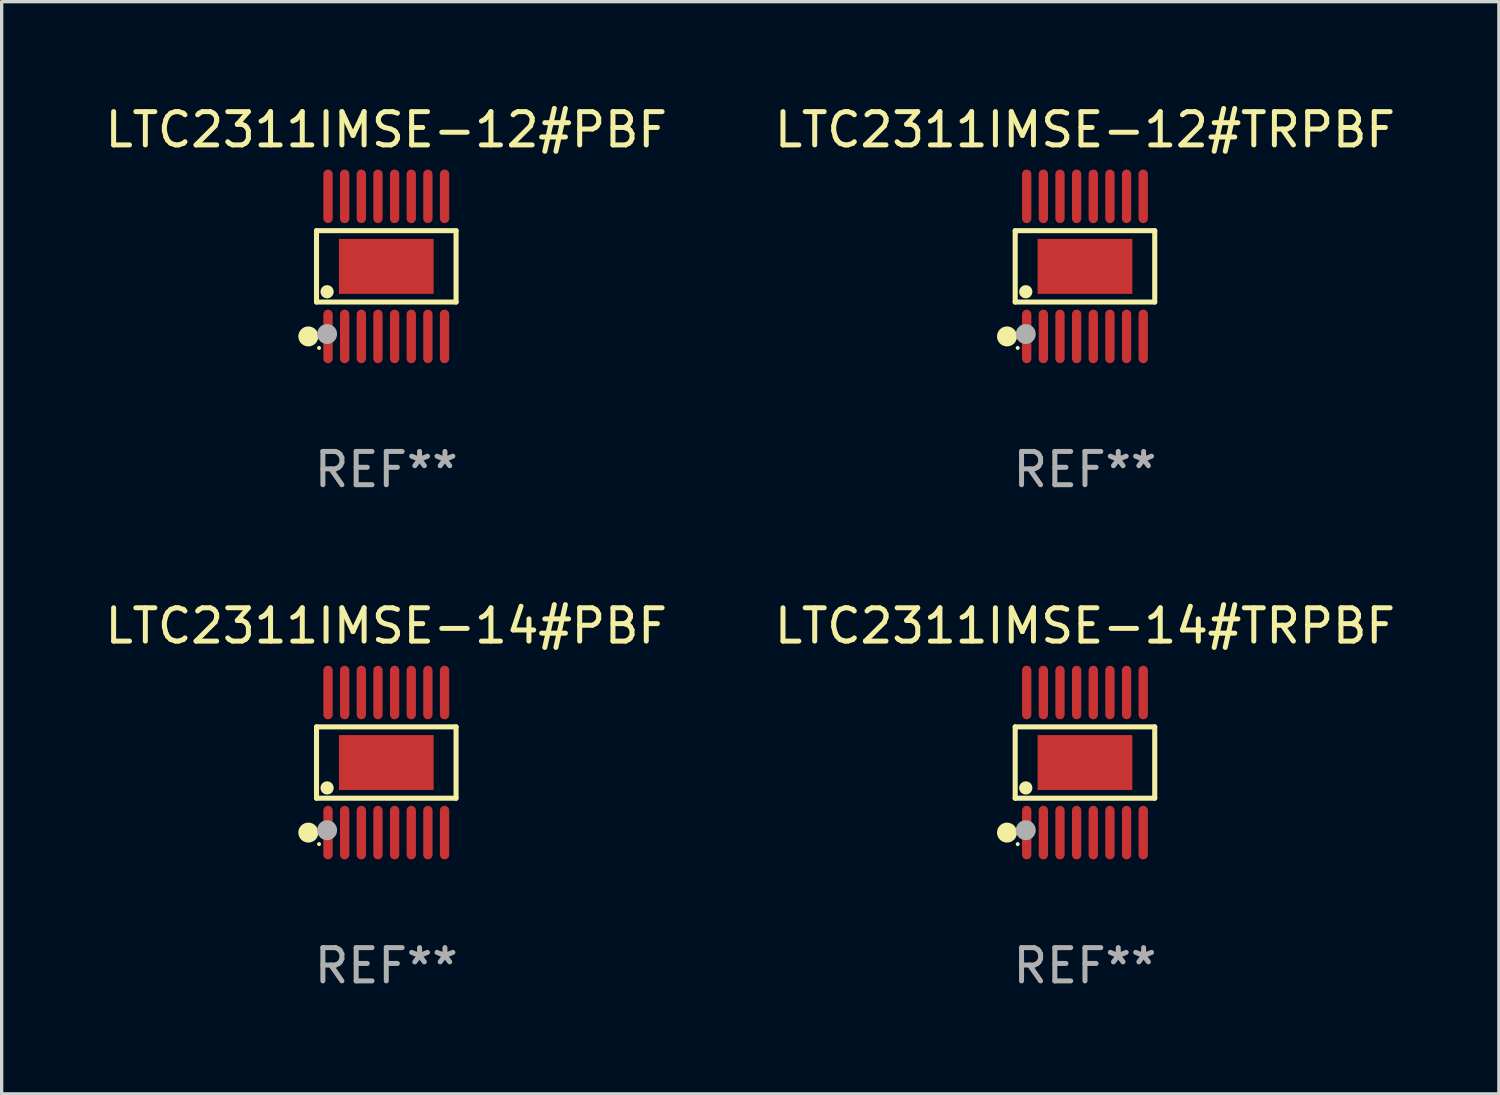
<source format=kicad_pcb>
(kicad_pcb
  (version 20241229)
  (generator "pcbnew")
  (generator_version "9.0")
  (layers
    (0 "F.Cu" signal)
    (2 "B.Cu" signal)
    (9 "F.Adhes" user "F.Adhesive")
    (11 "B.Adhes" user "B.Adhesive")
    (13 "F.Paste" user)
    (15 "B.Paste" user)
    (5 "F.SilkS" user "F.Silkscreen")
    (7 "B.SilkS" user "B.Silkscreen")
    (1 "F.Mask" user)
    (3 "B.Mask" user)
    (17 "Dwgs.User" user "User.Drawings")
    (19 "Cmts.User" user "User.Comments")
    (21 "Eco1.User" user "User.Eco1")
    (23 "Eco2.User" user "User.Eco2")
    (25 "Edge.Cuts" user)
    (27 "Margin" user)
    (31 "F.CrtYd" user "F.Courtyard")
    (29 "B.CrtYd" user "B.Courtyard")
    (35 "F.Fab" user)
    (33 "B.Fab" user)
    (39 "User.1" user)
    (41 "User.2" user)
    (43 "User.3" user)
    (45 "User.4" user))
  (footprint "LTC2311IMSE-12#TRPBF"
    (layer "F.Cu")
    (at 29.542 4.952)
    (property "Reference" "LTC2311IMSE-12#TRPBF" (at 0 -4.104 0) (layer "F.SilkS") (effects (font (size 1 1) (thickness 0.15))))
    (attr through_hole)
    (fp_line (start -2.096 -1.072) (end 2.096 -1.072) (stroke (width 0.152) (type solid)) (layer "F.SilkS"))
    (fp_line (start -2.096 1.071) (end -2.096 -1.072) (stroke (width 0.152) (type solid)) (layer "F.SilkS"))
    (fp_line (start 2.096 -1.072) (end 2.096 1.071) (stroke (width 0.152) (type solid)) (layer "F.SilkS"))
    (fp_line (start 2.096 1.071) (end -2.096 1.071) (stroke (width 0.152) (type solid)) (layer "F.SilkS"))
    (fp_circle (center -2.342 2.104) (end -2.192 2.104) (stroke (width 0.3) (type solid)) (fill no) (layer "F.SilkS"))
    (fp_circle (center -2.02 2.45) (end -1.99 2.45) (stroke (width 0.06) (type solid)) (fill no) (layer "F.SilkS"))
    (fp_circle (center -1.778 0.762) (end -1.678 0.762) (stroke (width 0.2) (type solid)) (fill no) (layer "F.SilkS"))
    (fp_circle (center -1.778 2.032) (end -1.628 2.032) (stroke (width 0.3) (type solid)) (fill no) (layer "F.Fab"))
    (fp_text user "REF**" (at 0 6.104 0) (layer "F.Fab") (effects (font (size 1 1) (thickness 0.15))))
    (pad "1" smd oval (at -1.75 2.104) (size 0.28 1.608) (layers "F.Cu" "F.Mask" "F.Paste"))
    (pad "2" smd oval (at -1.25 2.104) (size 0.28 1.608) (layers "F.Cu" "F.Mask" "F.Paste"))
    (pad "3" smd oval (at -0.75 2.104) (size 0.28 1.608) (layers "F.Cu" "F.Mask" "F.Paste"))
    (pad "4" smd oval (at -0.25 2.104) (size 0.28 1.608) (layers "F.Cu" "F.Mask" "F.Paste"))
    (pad "5" smd oval (at 0.25 2.104) (size 0.28 1.608) (layers "F.Cu" "F.Mask" "F.Paste"))
    (pad "6" smd oval (at 0.75 2.104) (size 0.28 1.608) (layers "F.Cu" "F.Mask" "F.Paste"))
    (pad "7" smd oval (at 1.25 2.104) (size 0.28 1.608) (layers "F.Cu" "F.Mask" "F.Paste"))
    (pad "8" smd oval (at 1.75 2.104) (size 0.28 1.608) (layers "F.Cu" "F.Mask" "F.Paste"))
    (pad "9" smd oval (at 1.75 -2.104) (size 0.28 1.608) (layers "F.Cu" "F.Mask" "F.Paste"))
    (pad "10" smd oval (at 1.25 -2.104) (size 0.28 1.608) (layers "F.Cu" "F.Mask" "F.Paste"))
    (pad "11" smd oval (at 0.75 -2.104) (size 0.28 1.608) (layers "F.Cu" "F.Mask" "F.Paste"))
    (pad "12" smd oval (at 0.25 -2.104) (size 0.28 1.608) (layers "F.Cu" "F.Mask" "F.Paste"))
    (pad "13" smd oval (at -0.25 -2.104) (size 0.28 1.608) (layers "F.Cu" "F.Mask" "F.Paste"))
    (pad "14" smd oval (at -0.75 -2.104) (size 0.28 1.608) (layers "F.Cu" "F.Mask" "F.Paste"))
    (pad "15" smd oval (at -1.25 -2.104) (size 0.28 1.608) (layers "F.Cu" "F.Mask" "F.Paste"))
    (pad "16" smd oval (at -1.75 -2.104) (size 0.28 1.608) (layers "F.Cu" "F.Mask" "F.Paste"))
    (pad "17" smd rect (at 0 -0.000127) (size 2.845 1.651) (layers "F.Cu" "F.Mask" "F.Paste")))
  (footprint "LTC2311IMSE-14#PBF"
    (layer "F.Cu")
    (at 8.554 19.857)
    (property "Reference" "LTC2311IMSE-14#PBF" (at 0 -4.104 0) (layer "F.SilkS") (effects (font (size 1 1) (thickness 0.15))))
    (attr through_hole)
    (fp_line (start -2.096 -1.072) (end 2.096 -1.072) (stroke (width 0.152) (type solid)) (layer "F.SilkS"))
    (fp_line (start -2.096 1.071) (end -2.096 -1.072) (stroke (width 0.152) (type solid)) (layer "F.SilkS"))
    (fp_line (start 2.096 -1.072) (end 2.096 1.071) (stroke (width 0.152) (type solid)) (layer "F.SilkS"))
    (fp_line (start 2.096 1.071) (end -2.096 1.071) (stroke (width 0.152) (type solid)) (layer "F.SilkS"))
    (fp_circle (center -2.342 2.104) (end -2.192 2.104) (stroke (width 0.3) (type solid)) (fill no) (layer "F.SilkS"))
    (fp_circle (center -2.02 2.45) (end -1.99 2.45) (stroke (width 0.06) (type solid)) (fill no) (layer "F.SilkS"))
    (fp_circle (center -1.778 0.762) (end -1.678 0.762) (stroke (width 0.2) (type solid)) (fill no) (layer "F.SilkS"))
    (fp_circle (center -1.778 2.032) (end -1.628 2.032) (stroke (width 0.3) (type solid)) (fill no) (layer "F.Fab"))
    (fp_text user "REF**" (at 0 6.104 0) (layer "F.Fab") (effects (font (size 1 1) (thickness 0.15))))
    (pad "1" smd oval (at -1.75 2.104) (size 0.28 1.608) (layers "F.Cu" "F.Mask" "F.Paste"))
    (pad "2" smd oval (at -1.25 2.104) (size 0.28 1.608) (layers "F.Cu" "F.Mask" "F.Paste"))
    (pad "3" smd oval (at -0.75 2.104) (size 0.28 1.608) (layers "F.Cu" "F.Mask" "F.Paste"))
    (pad "4" smd oval (at -0.25 2.104) (size 0.28 1.608) (layers "F.Cu" "F.Mask" "F.Paste"))
    (pad "5" smd oval (at 0.25 2.104) (size 0.28 1.608) (layers "F.Cu" "F.Mask" "F.Paste"))
    (pad "6" smd oval (at 0.75 2.104) (size 0.28 1.608) (layers "F.Cu" "F.Mask" "F.Paste"))
    (pad "7" smd oval (at 1.25 2.104) (size 0.28 1.608) (layers "F.Cu" "F.Mask" "F.Paste"))
    (pad "8" smd oval (at 1.75 2.104) (size 0.28 1.608) (layers "F.Cu" "F.Mask" "F.Paste"))
    (pad "9" smd oval (at 1.75 -2.104) (size 0.28 1.608) (layers "F.Cu" "F.Mask" "F.Paste"))
    (pad "10" smd oval (at 1.25 -2.104) (size 0.28 1.608) (layers "F.Cu" "F.Mask" "F.Paste"))
    (pad "11" smd oval (at 0.75 -2.104) (size 0.28 1.608) (layers "F.Cu" "F.Mask" "F.Paste"))
    (pad "12" smd oval (at 0.25 -2.104) (size 0.28 1.608) (layers "F.Cu" "F.Mask" "F.Paste"))
    (pad "13" smd oval (at -0.25 -2.104) (size 0.28 1.608) (layers "F.Cu" "F.Mask" "F.Paste"))
    (pad "14" smd oval (at -0.75 -2.104) (size 0.28 1.608) (layers "F.Cu" "F.Mask" "F.Paste"))
    (pad "15" smd oval (at -1.25 -2.104) (size 0.28 1.608) (layers "F.Cu" "F.Mask" "F.Paste"))
    (pad "16" smd oval (at -1.75 -2.104) (size 0.28 1.608) (layers "F.Cu" "F.Mask" "F.Paste"))
    (pad "17" smd rect (at 0 -0.000127) (size 2.845 1.651) (layers "F.Cu" "F.Mask" "F.Paste")))
  (footprint "LTC2311IMSE-12#PBF"
    (layer "F.Cu")
    (at 8.554 4.952)
    (property "Reference" "LTC2311IMSE-12#PBF" (at 0 -4.104 0) (layer "F.SilkS") (effects (font (size 1 1) (thickness 0.15))))
    (attr through_hole)
    (fp_line (start -2.096 -1.072) (end 2.096 -1.072) (stroke (width 0.152) (type solid)) (layer "F.SilkS"))
    (fp_line (start -2.096 1.071) (end -2.096 -1.072) (stroke (width 0.152) (type solid)) (layer "F.SilkS"))
    (fp_line (start 2.096 -1.072) (end 2.096 1.071) (stroke (width 0.152) (type solid)) (layer "F.SilkS"))
    (fp_line (start 2.096 1.071) (end -2.096 1.071) (stroke (width 0.152) (type solid)) (layer "F.SilkS"))
    (fp_circle (center -2.342 2.104) (end -2.192 2.104) (stroke (width 0.3) (type solid)) (fill no) (layer "F.SilkS"))
    (fp_circle (center -2.02 2.45) (end -1.99 2.45) (stroke (width 0.06) (type solid)) (fill no) (layer "F.SilkS"))
    (fp_circle (center -1.778 0.762) (end -1.678 0.762) (stroke (width 0.2) (type solid)) (fill no) (layer "F.SilkS"))
    (fp_circle (center -1.778 2.032) (end -1.628 2.032) (stroke (width 0.3) (type solid)) (fill no) (layer "F.Fab"))
    (fp_text user "REF**" (at 0 6.104 0) (layer "F.Fab") (effects (font (size 1 1) (thickness 0.15))))
    (pad "1" smd oval (at -1.75 2.104) (size 0.28 1.608) (layers "F.Cu" "F.Mask" "F.Paste"))
    (pad "2" smd oval (at -1.25 2.104) (size 0.28 1.608) (layers "F.Cu" "F.Mask" "F.Paste"))
    (pad "3" smd oval (at -0.75 2.104) (size 0.28 1.608) (layers "F.Cu" "F.Mask" "F.Paste"))
    (pad "4" smd oval (at -0.25 2.104) (size 0.28 1.608) (layers "F.Cu" "F.Mask" "F.Paste"))
    (pad "5" smd oval (at 0.25 2.104) (size 0.28 1.608) (layers "F.Cu" "F.Mask" "F.Paste"))
    (pad "6" smd oval (at 0.75 2.104) (size 0.28 1.608) (layers "F.Cu" "F.Mask" "F.Paste"))
    (pad "7" smd oval (at 1.25 2.104) (size 0.28 1.608) (layers "F.Cu" "F.Mask" "F.Paste"))
    (pad "8" smd oval (at 1.75 2.104) (size 0.28 1.608) (layers "F.Cu" "F.Mask" "F.Paste"))
    (pad "9" smd oval (at 1.75 -2.104) (size 0.28 1.608) (layers "F.Cu" "F.Mask" "F.Paste"))
    (pad "10" smd oval (at 1.25 -2.104) (size 0.28 1.608) (layers "F.Cu" "F.Mask" "F.Paste"))
    (pad "11" smd oval (at 0.75 -2.104) (size 0.28 1.608) (layers "F.Cu" "F.Mask" "F.Paste"))
    (pad "12" smd oval (at 0.25 -2.104) (size 0.28 1.608) (layers "F.Cu" "F.Mask" "F.Paste"))
    (pad "13" smd oval (at -0.25 -2.104) (size 0.28 1.608) (layers "F.Cu" "F.Mask" "F.Paste"))
    (pad "14" smd oval (at -0.75 -2.104) (size 0.28 1.608) (layers "F.Cu" "F.Mask" "F.Paste"))
    (pad "15" smd oval (at -1.25 -2.104) (size 0.28 1.608) (layers "F.Cu" "F.Mask" "F.Paste"))
    (pad "16" smd oval (at -1.75 -2.104) (size 0.28 1.608) (layers "F.Cu" "F.Mask" "F.Paste"))
    (pad "17" smd rect (at 0 -0.000127) (size 2.845 1.651) (layers "F.Cu" "F.Mask" "F.Paste")))
  (footprint "LTC2311IMSE-14#TRPBF"
    (layer "F.Cu")
    (at 29.542 19.857)
    (property "Reference" "LTC2311IMSE-14#TRPBF" (at 0 -4.104 0) (layer "F.SilkS") (effects (font (size 1 1) (thickness 0.15))))
    (attr through_hole)
    (fp_line (start -2.096 -1.072) (end 2.096 -1.072) (stroke (width 0.152) (type solid)) (layer "F.SilkS"))
    (fp_line (start -2.096 1.071) (end -2.096 -1.072) (stroke (width 0.152) (type solid)) (layer "F.SilkS"))
    (fp_line (start 2.096 -1.072) (end 2.096 1.071) (stroke (width 0.152) (type solid)) (layer "F.SilkS"))
    (fp_line (start 2.096 1.071) (end -2.096 1.071) (stroke (width 0.152) (type solid)) (layer "F.SilkS"))
    (fp_circle (center -2.342 2.104) (end -2.192 2.104) (stroke (width 0.3) (type solid)) (fill no) (layer "F.SilkS"))
    (fp_circle (center -2.02 2.45) (end -1.99 2.45) (stroke (width 0.06) (type solid)) (fill no) (layer "F.SilkS"))
    (fp_circle (center -1.778 0.762) (end -1.678 0.762) (stroke (width 0.2) (type solid)) (fill no) (layer "F.SilkS"))
    (fp_circle (center -1.778 2.032) (end -1.628 2.032) (stroke (width 0.3) (type solid)) (fill no) (layer "F.Fab"))
    (fp_text user "REF**" (at 0 6.104 0) (layer "F.Fab") (effects (font (size 1 1) (thickness 0.15))))
    (pad "1" smd oval (at -1.75 2.104) (size 0.28 1.608) (layers "F.Cu" "F.Mask" "F.Paste"))
    (pad "2" smd oval (at -1.25 2.104) (size 0.28 1.608) (layers "F.Cu" "F.Mask" "F.Paste"))
    (pad "3" smd oval (at -0.75 2.104) (size 0.28 1.608) (layers "F.Cu" "F.Mask" "F.Paste"))
    (pad "4" smd oval (at -0.25 2.104) (size 0.28 1.608) (layers "F.Cu" "F.Mask" "F.Paste"))
    (pad "5" smd oval (at 0.25 2.104) (size 0.28 1.608) (layers "F.Cu" "F.Mask" "F.Paste"))
    (pad "6" smd oval (at 0.75 2.104) (size 0.28 1.608) (layers "F.Cu" "F.Mask" "F.Paste"))
    (pad "7" smd oval (at 1.25 2.104) (size 0.28 1.608) (layers "F.Cu" "F.Mask" "F.Paste"))
    (pad "8" smd oval (at 1.75 2.104) (size 0.28 1.608) (layers "F.Cu" "F.Mask" "F.Paste"))
    (pad "9" smd oval (at 1.75 -2.104) (size 0.28 1.608) (layers "F.Cu" "F.Mask" "F.Paste"))
    (pad "10" smd oval (at 1.25 -2.104) (size 0.28 1.608) (layers "F.Cu" "F.Mask" "F.Paste"))
    (pad "11" smd oval (at 0.75 -2.104) (size 0.28 1.608) (layers "F.Cu" "F.Mask" "F.Paste"))
    (pad "12" smd oval (at 0.25 -2.104) (size 0.28 1.608) (layers "F.Cu" "F.Mask" "F.Paste"))
    (pad "13" smd oval (at -0.25 -2.104) (size 0.28 1.608) (layers "F.Cu" "F.Mask" "F.Paste"))
    (pad "14" smd oval (at -0.75 -2.104) (size 0.28 1.608) (layers "F.Cu" "F.Mask" "F.Paste"))
    (pad "15" smd oval (at -1.25 -2.104) (size 0.28 1.608) (layers "F.Cu" "F.Mask" "F.Paste"))
    (pad "16" smd oval (at -1.75 -2.104) (size 0.28 1.608) (layers "F.Cu" "F.Mask" "F.Paste"))
    (pad "17" smd rect (at 0 -0.000127) (size 2.845 1.651) (layers "F.Cu" "F.Mask" "F.Paste")))
  (gr_rect
    (start -3 -3)
    (end 41.976 29.809)
    (stroke (width 0.1) (type default))
    (fill no)
    (layer "Edge.Cuts")))
</source>
